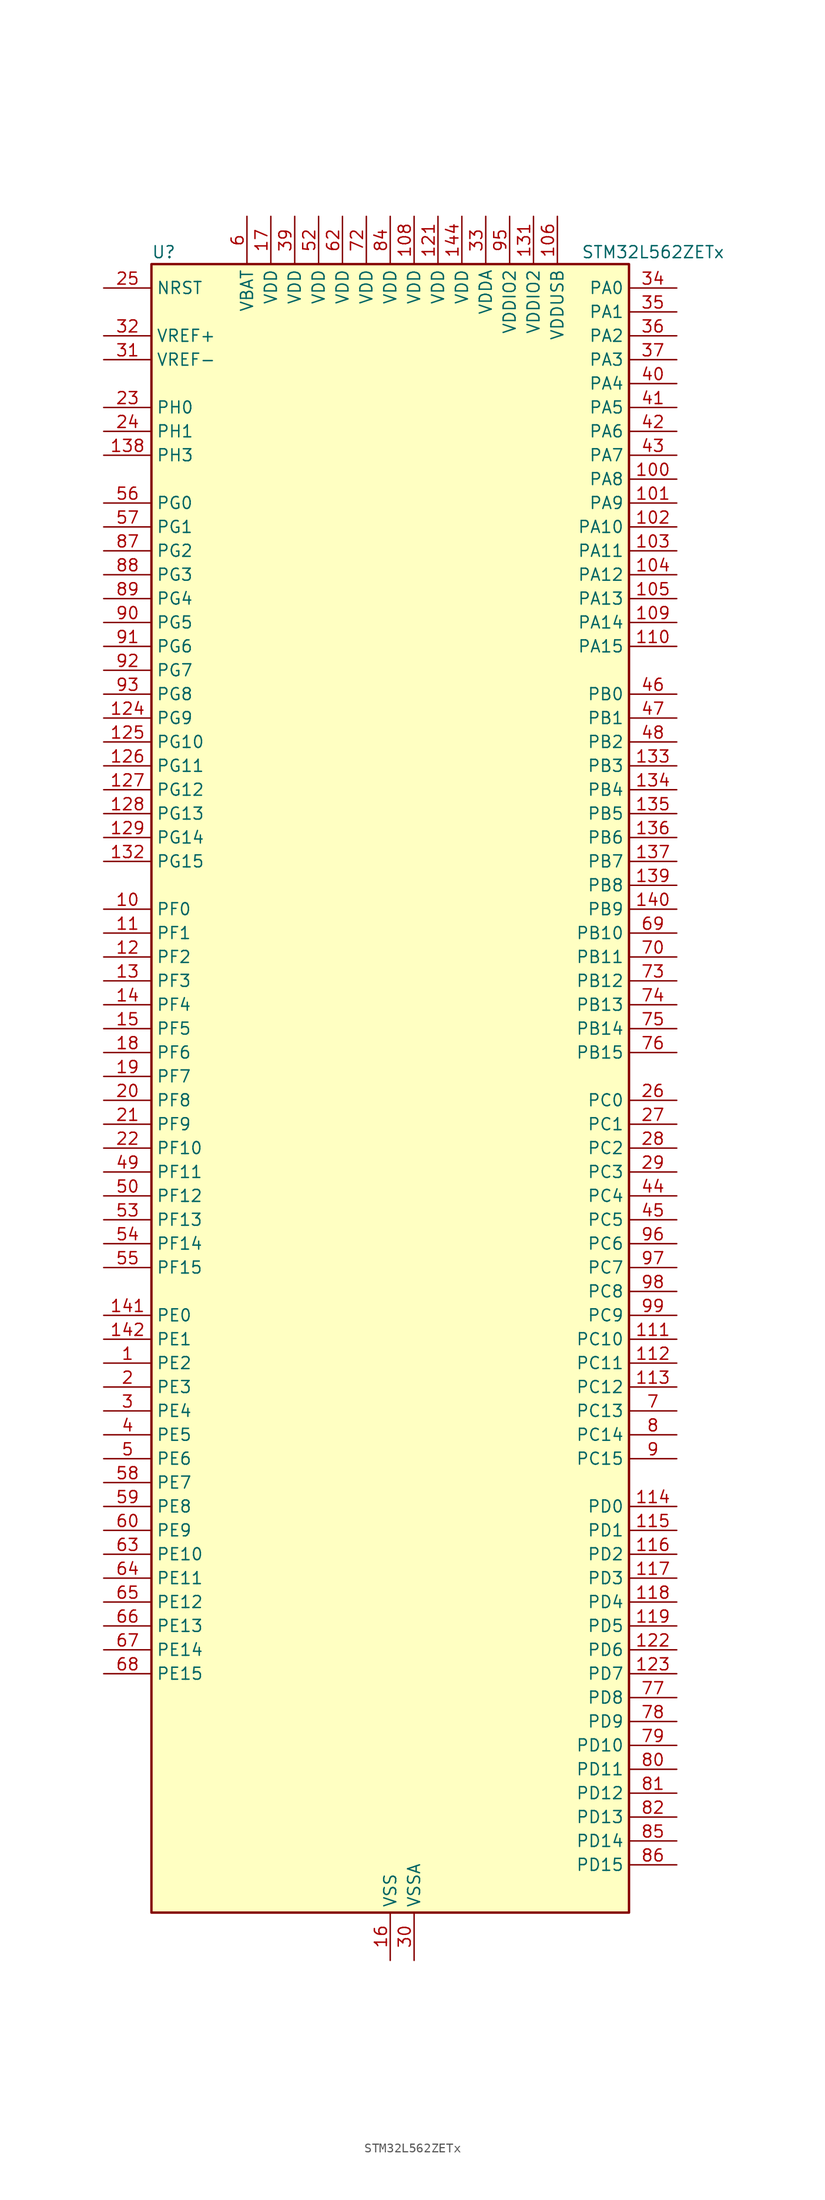
<source format=kicad_sym>
(kicad_symbol_lib
  (version 20231120)
  (generator "kicad_symbol_editor")
  (generator_version "8.0")
  (symbol "STM32L562ZETx"
    (property "Reference" "U"
      (at -25.4 90.17 0)
      (effects (font (size 1.27 1.27)) (justify left)))
    (property "Value" "STM32L562ZETx"
      (at 20.32 90.17 0)
      (effects (font (size 1.27 1.27)) (justify left)))
    (property "ki_locked" ""
      (at 0 0 0)
      (effects (font (size 1.27 1.27))))
    (symbol "STM32L562ZETx_0_1"
      (rectangle (start -25.4 -86.36) (end 25.4 88.9) (stroke (width 0.254) (type default)) (fill (type background))))
    (symbol "STM32L562ZETx_1_1"
      (pin bidirectional line (at -30.48 -27.94 0) (length 5.08) (name "PE2" (effects (font (size 1.27 1.27)))) (number "1" (effects (font (size 1.27 1.27)))) (alternate "DEBUG_TRACECLK" bidirectional line) (alternate "FMC_A23" bidirectional line) (alternate "SAI1_CK1" bidirectional line) (alternate "SAI1_MCLK_A" bidirectional line) (alternate "TIM3_ETR" bidirectional line) (alternate "TSC_G7_IO1" bidirectional line))
      (pin bidirectional line (at -30.48 20.32 0) (length 5.08) (name "PF0" (effects (font (size 1.27 1.27)))) (number "10" (effects (font (size 1.27 1.27)))) (alternate "FMC_A0" bidirectional line) (alternate "I2C2_SDA" bidirectional line))
      (pin bidirectional line (at 30.48 66.04 180) (length 5.08) (name "PA8" (effects (font (size 1.27 1.27)))) (number "100" (effects (font (size 1.27 1.27)))) (alternate "LPTIM2_OUT" bidirectional line) (alternate "RCC_MCO" bidirectional line) (alternate "SAI1_CK2" bidirectional line) (alternate "SAI1_SCK_A" bidirectional line) (alternate "TIM1_CH1" bidirectional line) (alternate "USART1_CK" bidirectional line))
      (pin bidirectional line (at 30.48 63.5 180) (length 5.08) (name "PA9" (effects (font (size 1.27 1.27)))) (number "101" (effects (font (size 1.27 1.27)))) (alternate "DAC1_EXTI9" bidirectional line) (alternate "SAI1_FS_A" bidirectional line) (alternate "SPI2_SCK" bidirectional line) (alternate "TIM15_BKIN" bidirectional line) (alternate "TIM1_CH2" bidirectional line) (alternate "USART1_TX" bidirectional line))
      (pin bidirectional line (at 30.48 60.96 180) (length 5.08) (name "PA10" (effects (font (size 1.27 1.27)))) (number "102" (effects (font (size 1.27 1.27)))) (alternate "CRS_SYNC" bidirectional line) (alternate "SAI1_D1" bidirectional line) (alternate "SAI1_SD_A" bidirectional line) (alternate "TIM17_BKIN" bidirectional line) (alternate "TIM1_CH3" bidirectional line) (alternate "USART1_RX" bidirectional line))
      (pin bidirectional line (at 30.48 58.42 180) (length 5.08) (name "PA11" (effects (font (size 1.27 1.27)))) (number "103" (effects (font (size 1.27 1.27)))) (alternate "ADC1_EXTI11" bidirectional line) (alternate "ADC2_EXTI11" bidirectional line) (alternate "FDCAN1_RX" bidirectional line) (alternate "SPI1_MISO" bidirectional line) (alternate "TIM1_BKIN2" bidirectional line) (alternate "TIM1_CH4" bidirectional line) (alternate "USART1_CTS" bidirectional line) (alternate "USART1_NSS" bidirectional line) (alternate "USB_DM" bidirectional line))
      (pin bidirectional line (at 30.48 55.88 180) (length 5.08) (name "PA12" (effects (font (size 1.27 1.27)))) (number "104" (effects (font (size 1.27 1.27)))) (alternate "FDCAN1_TX" bidirectional line) (alternate "SPI1_MOSI" bidirectional line) (alternate "TIM1_ETR" bidirectional line) (alternate "USART1_DE" bidirectional line) (alternate "USART1_RTS" bidirectional line) (alternate "USB_DP" bidirectional line))
      (pin bidirectional line (at 30.48 53.34 180) (length 5.08) (name "PA13" (effects (font (size 1.27 1.27)))) (number "105" (effects (font (size 1.27 1.27)))) (alternate "DEBUG_JTMS-SWDIO" bidirectional line) (alternate "IR_OUT" bidirectional line) (alternate "SAI1_SD_B" bidirectional line) (alternate "USB_NOE" bidirectional line))
      (pin power_in line (at 17.78 93.98 270) (length 5.08) (name "VDDUSB" (effects (font (size 1.27 1.27)))) (number "106" (effects (font (size 1.27 1.27)))))
      (pin passive line (at 0 -91.44 90) (length 5.08) hide (name "VSS" (effects (font (size 1.27 1.27)))) (number "107" (effects (font (size 1.27 1.27)))))
      (pin power_in line (at 2.54 93.98 270) (length 5.08) (name "VDD" (effects (font (size 1.27 1.27)))) (number "108" (effects (font (size 1.27 1.27)))))
      (pin bidirectional line (at 30.48 50.8 180) (length 5.08) (name "PA14" (effects (font (size 1.27 1.27)))) (number "109" (effects (font (size 1.27 1.27)))) (alternate "DEBUG_JTCK-SWCLK" bidirectional line) (alternate "I2C1_SMBA" bidirectional line) (alternate "I2C4_SMBA" bidirectional line) (alternate "LPTIM1_OUT" bidirectional line) (alternate "SAI1_FS_B" bidirectional line))
      (pin bidirectional line (at -30.48 17.78 0) (length 5.08) (name "PF1" (effects (font (size 1.27 1.27)))) (number "11" (effects (font (size 1.27 1.27)))) (alternate "FMC_A1" bidirectional line) (alternate "I2C2_SCL" bidirectional line))
      (pin bidirectional line (at 30.48 48.26 180) (length 5.08) (name "PA15" (effects (font (size 1.27 1.27)))) (number "110" (effects (font (size 1.27 1.27)))) (alternate "ADC1_EXTI15" bidirectional line) (alternate "ADC2_EXTI15" bidirectional line) (alternate "DEBUG_JTDI" bidirectional line) (alternate "SAI2_FS_B" bidirectional line) (alternate "SPI1_NSS" bidirectional line) (alternate "SPI3_NSS" bidirectional line) (alternate "TIM2_CH1" bidirectional line) (alternate "TIM2_ETR" bidirectional line) (alternate "UART4_DE" bidirectional line) (alternate "UART4_RTS" bidirectional line) (alternate "UCPD1_CC1" bidirectional line) (alternate "USART2_RX" bidirectional line) (alternate "USART3_DE" bidirectional line) (alternate "USART3_RTS" bidirectional line))
      (pin bidirectional line (at 30.48 -25.4 180) (length 5.08) (name "PC10" (effects (font (size 1.27 1.27)))) (number "111" (effects (font (size 1.27 1.27)))) (alternate "DEBUG_TRACED1" bidirectional line) (alternate "LPTIM3_ETR" bidirectional line) (alternate "SAI2_SCK_B" bidirectional line) (alternate "SDMMC1_D2" bidirectional line) (alternate "SPI3_SCK" bidirectional line) (alternate "TSC_G3_IO2" bidirectional line) (alternate "UART4_TX" bidirectional line) (alternate "USART3_TX" bidirectional line))
      (pin bidirectional line (at 30.48 -27.94 180) (length 5.08) (name "PC11" (effects (font (size 1.27 1.27)))) (number "112" (effects (font (size 1.27 1.27)))) (alternate "ADC1_EXTI11" bidirectional line) (alternate "ADC2_EXTI11" bidirectional line) (alternate "LPTIM3_IN1" bidirectional line) (alternate "OCTOSPI1_NCS" bidirectional line) (alternate "SAI2_MCLK_B" bidirectional line) (alternate "SDMMC1_D3" bidirectional line) (alternate "SPI3_MISO" bidirectional line) (alternate "TSC_G3_IO3" bidirectional line) (alternate "UART4_RX" bidirectional line) (alternate "UCPD1_FRSTX2" bidirectional line) (alternate "USART3_RX" bidirectional line))
      (pin bidirectional line (at 30.48 -30.48 180) (length 5.08) (name "PC12" (effects (font (size 1.27 1.27)))) (number "113" (effects (font (size 1.27 1.27)))) (alternate "DEBUG_TRACED3" bidirectional line) (alternate "SAI2_SD_B" bidirectional line) (alternate "SDMMC1_CK" bidirectional line) (alternate "SPI3_MOSI" bidirectional line) (alternate "TSC_G3_IO4" bidirectional line) (alternate "UART5_TX" bidirectional line) (alternate "USART3_CK" bidirectional line))
      (pin bidirectional line (at 30.48 -43.18 180) (length 5.08) (name "PD0" (effects (font (size 1.27 1.27)))) (number "114" (effects (font (size 1.27 1.27)))) (alternate "FDCAN1_RX" bidirectional line) (alternate "FMC_D2" bidirectional line) (alternate "FMC_DA2" bidirectional line) (alternate "SPI2_NSS" bidirectional line))
      (pin bidirectional line (at 30.48 -45.72 180) (length 5.08) (name "PD1" (effects (font (size 1.27 1.27)))) (number "115" (effects (font (size 1.27 1.27)))) (alternate "FDCAN1_TX" bidirectional line) (alternate "FMC_D3" bidirectional line) (alternate "FMC_DA3" bidirectional line) (alternate "SPI2_SCK" bidirectional line))
      (pin bidirectional line (at 30.48 -48.26 180) (length 5.08) (name "PD2" (effects (font (size 1.27 1.27)))) (number "116" (effects (font (size 1.27 1.27)))) (alternate "DEBUG_TRACED2" bidirectional line) (alternate "SDMMC1_CMD" bidirectional line) (alternate "TIM3_ETR" bidirectional line) (alternate "TSC_SYNC" bidirectional line) (alternate "UART5_RX" bidirectional line) (alternate "USART3_DE" bidirectional line) (alternate "USART3_RTS" bidirectional line))
      (pin bidirectional line (at 30.48 -50.8 180) (length 5.08) (name "PD3" (effects (font (size 1.27 1.27)))) (number "117" (effects (font (size 1.27 1.27)))) (alternate "DFSDM1_DATIN0" bidirectional line) (alternate "FMC_CLK" bidirectional line) (alternate "SPI2_MISO" bidirectional line) (alternate "SPI2_SCK" bidirectional line) (alternate "USART2_CTS" bidirectional line) (alternate "USART2_NSS" bidirectional line))
      (pin bidirectional line (at 30.48 -53.34 180) (length 5.08) (name "PD4" (effects (font (size 1.27 1.27)))) (number "118" (effects (font (size 1.27 1.27)))) (alternate "DFSDM1_CKIN0" bidirectional line) (alternate "FMC_NOE" bidirectional line) (alternate "OCTOSPI1_IO4" bidirectional line) (alternate "SPI2_MOSI" bidirectional line) (alternate "USART2_DE" bidirectional line) (alternate "USART2_RTS" bidirectional line))
      (pin bidirectional line (at 30.48 -55.88 180) (length 5.08) (name "PD5" (effects (font (size 1.27 1.27)))) (number "119" (effects (font (size 1.27 1.27)))) (alternate "FMC_NWE" bidirectional line) (alternate "OCTOSPI1_IO5" bidirectional line) (alternate "USART2_TX" bidirectional line))
      (pin bidirectional line (at -30.48 15.24 0) (length 5.08) (name "PF2" (effects (font (size 1.27 1.27)))) (number "12" (effects (font (size 1.27 1.27)))) (alternate "FMC_A2" bidirectional line) (alternate "I2C2_SMBA" bidirectional line))
      (pin passive line (at 0 -91.44 90) (length 5.08) hide (name "VSS" (effects (font (size 1.27 1.27)))) (number "120" (effects (font (size 1.27 1.27)))))
      (pin power_in line (at 5.08 93.98 270) (length 5.08) (name "VDD" (effects (font (size 1.27 1.27)))) (number "121" (effects (font (size 1.27 1.27)))))
      (pin bidirectional line (at 30.48 -58.42 180) (length 5.08) (name "PD6" (effects (font (size 1.27 1.27)))) (number "122" (effects (font (size 1.27 1.27)))) (alternate "DFSDM1_DATIN1" bidirectional line) (alternate "FMC_NWAIT" bidirectional line) (alternate "OCTOSPI1_IO6" bidirectional line) (alternate "SAI1_D1" bidirectional line) (alternate "SAI1_SD_A" bidirectional line) (alternate "SPI3_MOSI" bidirectional line) (alternate "USART2_RX" bidirectional line))
      (pin bidirectional line (at 30.48 -60.96 180) (length 5.08) (name "PD7" (effects (font (size 1.27 1.27)))) (number "123" (effects (font (size 1.27 1.27)))) (alternate "DFSDM1_CKIN1" bidirectional line) (alternate "FMC_NCE" bidirectional line) (alternate "FMC_NE1" bidirectional line) (alternate "OCTOSPI1_IO7" bidirectional line) (alternate "USART2_CK" bidirectional line))
      (pin bidirectional line (at -30.48 40.64 0) (length 5.08) (name "PG9" (effects (font (size 1.27 1.27)))) (number "124" (effects (font (size 1.27 1.27)))) (alternate "DAC1_EXTI9" bidirectional line) (alternate "FMC_NCE" bidirectional line) (alternate "FMC_NE2" bidirectional line) (alternate "SAI2_SCK_A" bidirectional line) (alternate "SPI3_SCK" bidirectional line) (alternate "TIM15_CH1N" bidirectional line) (alternate "USART1_TX" bidirectional line))
      (pin bidirectional line (at -30.48 38.1 0) (length 5.08) (name "PG10" (effects (font (size 1.27 1.27)))) (number "125" (effects (font (size 1.27 1.27)))) (alternate "FMC_NE3" bidirectional line) (alternate "LPTIM1_IN1" bidirectional line) (alternate "SAI2_FS_A" bidirectional line) (alternate "SPI3_MISO" bidirectional line) (alternate "TIM15_CH1" bidirectional line) (alternate "USART1_RX" bidirectional line))
      (pin bidirectional line (at -30.48 35.56 0) (length 5.08) (name "PG11" (effects (font (size 1.27 1.27)))) (number "126" (effects (font (size 1.27 1.27)))) (alternate "ADC1_EXTI11" bidirectional line) (alternate "ADC2_EXTI11" bidirectional line) (alternate "LPTIM1_IN2" bidirectional line) (alternate "OCTOSPI1_IO5" bidirectional line) (alternate "SAI2_MCLK_A" bidirectional line) (alternate "SPI3_MOSI" bidirectional line) (alternate "TIM15_CH2" bidirectional line) (alternate "USART1_CTS" bidirectional line) (alternate "USART1_NSS" bidirectional line))
      (pin bidirectional line (at -30.48 33.02 0) (length 5.08) (name "PG12" (effects (font (size 1.27 1.27)))) (number "127" (effects (font (size 1.27 1.27)))) (alternate "FMC_NE4" bidirectional line) (alternate "LPTIM1_ETR" bidirectional line) (alternate "SAI2_SD_A" bidirectional line) (alternate "SPI3_NSS" bidirectional line) (alternate "USART1_DE" bidirectional line) (alternate "USART1_RTS" bidirectional line))
      (pin bidirectional line (at -30.48 30.48 0) (length 5.08) (name "PG13" (effects (font (size 1.27 1.27)))) (number "128" (effects (font (size 1.27 1.27)))) (alternate "FMC_A24" bidirectional line) (alternate "I2C1_SDA" bidirectional line) (alternate "USART1_CK" bidirectional line))
      (pin bidirectional line (at -30.48 27.94 0) (length 5.08) (name "PG14" (effects (font (size 1.27 1.27)))) (number "129" (effects (font (size 1.27 1.27)))) (alternate "FMC_A25" bidirectional line) (alternate "I2C1_SCL" bidirectional line))
      (pin bidirectional line (at -30.48 12.7 0) (length 5.08) (name "PF3" (effects (font (size 1.27 1.27)))) (number "13" (effects (font (size 1.27 1.27)))) (alternate "FMC_A3" bidirectional line) (alternate "LPTIM3_IN1" bidirectional line))
      (pin passive line (at 0 -91.44 90) (length 5.08) hide (name "VSS" (effects (font (size 1.27 1.27)))) (number "130" (effects (font (size 1.27 1.27)))))
      (pin power_in line (at 15.24 93.98 270) (length 5.08) (name "VDDIO2" (effects (font (size 1.27 1.27)))) (number "131" (effects (font (size 1.27 1.27)))))
      (pin bidirectional line (at -30.48 25.4 0) (length 5.08) (name "PG15" (effects (font (size 1.27 1.27)))) (number "132" (effects (font (size 1.27 1.27)))) (alternate "ADC1_EXTI15" bidirectional line) (alternate "ADC2_EXTI15" bidirectional line) (alternate "I2C1_SMBA" bidirectional line) (alternate "LPTIM1_OUT" bidirectional line))
      (pin bidirectional line (at 30.48 35.56 180) (length 5.08) (name "PB3" (effects (font (size 1.27 1.27)))) (number "133" (effects (font (size 1.27 1.27)))) (alternate "COMP2_INM" bidirectional line) (alternate "CRS_SYNC" bidirectional line) (alternate "DEBUG_JTDO-SWO" bidirectional line) (alternate "SAI1_SCK_B" bidirectional line) (alternate "SPI1_SCK" bidirectional line) (alternate "SPI3_SCK" bidirectional line) (alternate "TIM2_CH2" bidirectional line) (alternate "USART1_DE" bidirectional line) (alternate "USART1_RTS" bidirectional line))
      (pin bidirectional line (at 30.48 33.02 180) (length 5.08) (name "PB4" (effects (font (size 1.27 1.27)))) (number "134" (effects (font (size 1.27 1.27)))) (alternate "COMP2_INP" bidirectional line) (alternate "DEBUG_JTRST" bidirectional line) (alternate "I2C3_SDA" bidirectional line) (alternate "SAI1_MCLK_B" bidirectional line) (alternate "SPI1_MISO" bidirectional line) (alternate "SPI3_MISO" bidirectional line) (alternate "TIM17_BKIN" bidirectional line) (alternate "TIM3_CH1" bidirectional line) (alternate "TSC_G2_IO1" bidirectional line) (alternate "UART5_DE" bidirectional line) (alternate "UART5_RTS" bidirectional line) (alternate "USART1_CTS" bidirectional line) (alternate "USART1_NSS" bidirectional line))
      (pin bidirectional line (at 30.48 30.48 180) (length 5.08) (name "PB5" (effects (font (size 1.27 1.27)))) (number "135" (effects (font (size 1.27 1.27)))) (alternate "COMP2_OUT" bidirectional line) (alternate "I2C1_SMBA" bidirectional line) (alternate "LPTIM1_IN1" bidirectional line) (alternate "OCTOSPI1_NCLK" bidirectional line) (alternate "SAI1_SD_B" bidirectional line) (alternate "SPI1_MOSI" bidirectional line) (alternate "SPI3_MOSI" bidirectional line) (alternate "TIM16_BKIN" bidirectional line) (alternate "TIM3_CH2" bidirectional line) (alternate "TSC_G2_IO2" bidirectional line) (alternate "UART5_CTS" bidirectional line) (alternate "UCPD1_DBCC1" bidirectional line) (alternate "USART1_CK" bidirectional line))
      (pin bidirectional line (at 30.48 27.94 180) (length 5.08) (name "PB6" (effects (font (size 1.27 1.27)))) (number "136" (effects (font (size 1.27 1.27)))) (alternate "COMP2_INP" bidirectional line) (alternate "I2C1_SCL" bidirectional line) (alternate "I2C4_SCL" bidirectional line) (alternate "LPTIM1_ETR" bidirectional line) (alternate "SAI1_FS_B" bidirectional line) (alternate "TIM16_CH1N" bidirectional line) (alternate "TIM4_CH1" bidirectional line) (alternate "TIM8_BKIN2" bidirectional line) (alternate "TSC_G2_IO3" bidirectional line) (alternate "USART1_TX" bidirectional line))
      (pin bidirectional line (at 30.48 25.4 180) (length 5.08) (name "PB7" (effects (font (size 1.27 1.27)))) (number "137" (effects (font (size 1.27 1.27)))) (alternate "COMP2_INM" bidirectional line) (alternate "FMC_NL" bidirectional line) (alternate "I2C1_SDA" bidirectional line) (alternate "I2C4_SDA" bidirectional line) (alternate "LPTIM1_IN2" bidirectional line) (alternate "PWR_PVD_IN" bidirectional line) (alternate "TIM17_CH1N" bidirectional line) (alternate "TIM4_CH2" bidirectional line) (alternate "TIM8_BKIN" bidirectional line) (alternate "TSC_G2_IO4" bidirectional line) (alternate "UART4_CTS" bidirectional line) (alternate "USART1_RX" bidirectional line))
      (pin bidirectional line (at -30.48 68.58 0) (length 5.08) (name "PH3" (effects (font (size 1.27 1.27)))) (number "138" (effects (font (size 1.27 1.27)))))
      (pin bidirectional line (at 30.48 22.86 180) (length 5.08) (name "PB8" (effects (font (size 1.27 1.27)))) (number "139" (effects (font (size 1.27 1.27)))) (alternate "DFSDM1_CKOUT" bidirectional line) (alternate "FDCAN1_RX" bidirectional line) (alternate "I2C1_SCL" bidirectional line) (alternate "SAI1_CK1" bidirectional line) (alternate "SAI1_MCLK_A" bidirectional line) (alternate "SDMMC1_CKIN" bidirectional line) (alternate "SDMMC1_D4" bidirectional line) (alternate "TIM16_CH1" bidirectional line) (alternate "TIM4_CH3" bidirectional line))
      (pin bidirectional line (at -30.48 10.16 0) (length 5.08) (name "PF4" (effects (font (size 1.27 1.27)))) (number "14" (effects (font (size 1.27 1.27)))) (alternate "FMC_A4" bidirectional line) (alternate "LPTIM3_ETR" bidirectional line))
      (pin bidirectional line (at 30.48 20.32 180) (length 5.08) (name "PB9" (effects (font (size 1.27 1.27)))) (number "140" (effects (font (size 1.27 1.27)))) (alternate "DAC1_EXTI9" bidirectional line) (alternate "FDCAN1_TX" bidirectional line) (alternate "I2C1_SDA" bidirectional line) (alternate "IR_OUT" bidirectional line) (alternate "SAI1_D2" bidirectional line) (alternate "SAI1_FS_A" bidirectional line) (alternate "SDMMC1_CDIR" bidirectional line) (alternate "SDMMC1_D5" bidirectional line) (alternate "SPI2_NSS" bidirectional line) (alternate "TIM17_CH1" bidirectional line) (alternate "TIM4_CH4" bidirectional line))
      (pin bidirectional line (at -30.48 -22.86 0) (length 5.08) (name "PE0" (effects (font (size 1.27 1.27)))) (number "141" (effects (font (size 1.27 1.27)))) (alternate "FMC_NBL0" bidirectional line) (alternate "TIM16_CH1" bidirectional line) (alternate "TIM4_ETR" bidirectional line))
      (pin bidirectional line (at -30.48 -25.4 0) (length 5.08) (name "PE1" (effects (font (size 1.27 1.27)))) (number "142" (effects (font (size 1.27 1.27)))) (alternate "FMC_NBL1" bidirectional line) (alternate "TIM17_CH1" bidirectional line))
      (pin passive line (at 0 -91.44 90) (length 5.08) hide (name "VSS" (effects (font (size 1.27 1.27)))) (number "143" (effects (font (size 1.27 1.27)))))
      (pin power_in line (at 7.62 93.98 270) (length 5.08) (name "VDD" (effects (font (size 1.27 1.27)))) (number "144" (effects (font (size 1.27 1.27)))))
      (pin bidirectional line (at -30.48 7.62 0) (length 5.08) (name "PF5" (effects (font (size 1.27 1.27)))) (number "15" (effects (font (size 1.27 1.27)))) (alternate "FMC_A5" bidirectional line) (alternate "LPTIM3_OUT" bidirectional line))
      (pin power_in line (at 0 -91.44 90) (length 5.08) (name "VSS" (effects (font (size 1.27 1.27)))) (number "16" (effects (font (size 1.27 1.27)))))
      (pin power_in line (at -12.7 93.98 270) (length 5.08) (name "VDD" (effects (font (size 1.27 1.27)))) (number "17" (effects (font (size 1.27 1.27)))))
      (pin bidirectional line (at -30.48 5.08 0) (length 5.08) (name "PF6" (effects (font (size 1.27 1.27)))) (number "18" (effects (font (size 1.27 1.27)))) (alternate "OCTOSPI1_IO3" bidirectional line) (alternate "SAI1_SD_B" bidirectional line) (alternate "TIM5_CH1" bidirectional line) (alternate "TIM5_ETR" bidirectional line))
      (pin bidirectional line (at -30.48 2.54 0) (length 5.08) (name "PF7" (effects (font (size 1.27 1.27)))) (number "19" (effects (font (size 1.27 1.27)))) (alternate "OCTOSPI1_IO2" bidirectional line) (alternate "SAI1_MCLK_B" bidirectional line) (alternate "TAMP_IN6" bidirectional line) (alternate "TAMP_OUT3" bidirectional line) (alternate "TIM5_CH2" bidirectional line))
      (pin bidirectional line (at -30.48 -30.48 0) (length 5.08) (name "PE3" (effects (font (size 1.27 1.27)))) (number "2" (effects (font (size 1.27 1.27)))) (alternate "DEBUG_TRACED0" bidirectional line) (alternate "FMC_A19" bidirectional line) (alternate "OCTOSPI1_DQS" bidirectional line) (alternate "SAI1_SD_B" bidirectional line) (alternate "TIM3_CH1" bidirectional line) (alternate "TSC_G7_IO2" bidirectional line))
      (pin bidirectional line (at -30.48 0 0) (length 5.08) (name "PF8" (effects (font (size 1.27 1.27)))) (number "20" (effects (font (size 1.27 1.27)))) (alternate "OCTOSPI1_IO0" bidirectional line) (alternate "SAI1_SCK_B" bidirectional line) (alternate "TAMP_IN7" bidirectional line) (alternate "TAMP_OUT8" bidirectional line) (alternate "TIM5_CH3" bidirectional line))
      (pin bidirectional line (at -30.48 -2.54 0) (length 5.08) (name "PF9" (effects (font (size 1.27 1.27)))) (number "21" (effects (font (size 1.27 1.27)))) (alternate "DAC1_EXTI9" bidirectional line) (alternate "OCTOSPI1_IO1" bidirectional line) (alternate "SAI1_FS_B" bidirectional line) (alternate "TAMP_IN8" bidirectional line) (alternate "TAMP_OUT7" bidirectional line) (alternate "TIM15_CH1" bidirectional line) (alternate "TIM5_CH4" bidirectional line))
      (pin bidirectional line (at -30.48 -5.08 0) (length 5.08) (name "PF10" (effects (font (size 1.27 1.27)))) (number "22" (effects (font (size 1.27 1.27)))) (alternate "DFSDM1_CKOUT" bidirectional line) (alternate "OCTOSPI1_CLK" bidirectional line) (alternate "SAI1_D3" bidirectional line) (alternate "TIM15_CH2" bidirectional line))
      (pin bidirectional line (at -30.48 73.66 0) (length 5.08) (name "PH0" (effects (font (size 1.27 1.27)))) (number "23" (effects (font (size 1.27 1.27)))) (alternate "RCC_OSC_IN" bidirectional line))
      (pin bidirectional line (at -30.48 71.12 0) (length 5.08) (name "PH1" (effects (font (size 1.27 1.27)))) (number "24" (effects (font (size 1.27 1.27)))) (alternate "RCC_OSC_OUT" bidirectional line))
      (pin input line (at -30.48 86.36 0) (length 5.08) (name "NRST" (effects (font (size 1.27 1.27)))) (number "25" (effects (font (size 1.27 1.27)))))
      (pin bidirectional line (at 30.48 0 180) (length 5.08) (name "PC0" (effects (font (size 1.27 1.27)))) (number "26" (effects (font (size 1.27 1.27)))) (alternate "ADC1_IN1" bidirectional line) (alternate "ADC2_IN1" bidirectional line) (alternate "I2C3_SCL" bidirectional line) (alternate "LPTIM1_IN1" bidirectional line) (alternate "LPTIM2_IN1" bidirectional line) (alternate "LPUART1_RX" bidirectional line) (alternate "OCTOSPI1_IO7" bidirectional line) (alternate "SAI2_FS_A" bidirectional line) (alternate "SDMMC1_D5" bidirectional line))
      (pin bidirectional line (at 30.48 -2.54 180) (length 5.08) (name "PC1" (effects (font (size 1.27 1.27)))) (number "27" (effects (font (size 1.27 1.27)))) (alternate "ADC1_IN2" bidirectional line) (alternate "ADC2_IN2" bidirectional line) (alternate "DEBUG_TRACED0" bidirectional line) (alternate "I2C3_SDA" bidirectional line) (alternate "LPTIM1_OUT" bidirectional line) (alternate "LPUART1_TX" bidirectional line) (alternate "OCTOSPI1_IO4" bidirectional line) (alternate "SAI1_SD_A" bidirectional line) (alternate "SPI2_MOSI" bidirectional line))
      (pin bidirectional line (at 30.48 -5.08 180) (length 5.08) (name "PC2" (effects (font (size 1.27 1.27)))) (number "28" (effects (font (size 1.27 1.27)))) (alternate "ADC1_IN3" bidirectional line) (alternate "ADC2_IN3" bidirectional line) (alternate "DFSDM1_CKOUT" bidirectional line) (alternate "LPTIM1_IN2" bidirectional line) (alternate "OCTOSPI1_IO5" bidirectional line) (alternate "SPI2_MISO" bidirectional line))
      (pin bidirectional line (at 30.48 -7.62 180) (length 5.08) (name "PC3" (effects (font (size 1.27 1.27)))) (number "29" (effects (font (size 1.27 1.27)))) (alternate "ADC1_IN4" bidirectional line) (alternate "ADC2_IN4" bidirectional line) (alternate "LPTIM1_ETR" bidirectional line) (alternate "LPTIM2_ETR" bidirectional line) (alternate "LPTIM3_OUT" bidirectional line) (alternate "OCTOSPI1_IO6" bidirectional line) (alternate "SAI1_D1" bidirectional line) (alternate "SAI1_SD_A" bidirectional line) (alternate "SPI2_MOSI" bidirectional line))
      (pin bidirectional line (at -30.48 -33.02 0) (length 5.08) (name "PE4" (effects (font (size 1.27 1.27)))) (number "3" (effects (font (size 1.27 1.27)))) (alternate "DEBUG_TRACED1" bidirectional line) (alternate "DFSDM1_DATIN3" bidirectional line) (alternate "FMC_A20" bidirectional line) (alternate "SAI1_D2" bidirectional line) (alternate "SAI1_FS_A" bidirectional line) (alternate "TIM3_CH2" bidirectional line) (alternate "TSC_G7_IO3" bidirectional line))
      (pin power_in line (at 2.54 -91.44 90) (length 5.08) (name "VSSA" (effects (font (size 1.27 1.27)))) (number "30" (effects (font (size 1.27 1.27)))))
      (pin input line (at -30.48 78.74 0) (length 5.08) (name "VREF-" (effects (font (size 1.27 1.27)))) (number "31" (effects (font (size 1.27 1.27)))))
      (pin input line (at -30.48 81.28 0) (length 5.08) (name "VREF+" (effects (font (size 1.27 1.27)))) (number "32" (effects (font (size 1.27 1.27)))) (alternate "VREFBUF_OUT" bidirectional line))
      (pin power_in line (at 10.16 93.98 270) (length 5.08) (name "VDDA" (effects (font (size 1.27 1.27)))) (number "33" (effects (font (size 1.27 1.27)))))
      (pin bidirectional line (at 30.48 86.36 180) (length 5.08) (name "PA0" (effects (font (size 1.27 1.27)))) (number "34" (effects (font (size 1.27 1.27)))) (alternate "ADC1_IN5" bidirectional line) (alternate "ADC2_IN5" bidirectional line) (alternate "OPAMP1_VINP" bidirectional line) (alternate "PWR_WKUP1" bidirectional line) (alternate "SAI1_EXTCLK" bidirectional line) (alternate "TAMP_IN2" bidirectional line) (alternate "TAMP_OUT1" bidirectional line) (alternate "TIM2_CH1" bidirectional line) (alternate "TIM2_ETR" bidirectional line) (alternate "TIM5_CH1" bidirectional line) (alternate "TIM8_ETR" bidirectional line) (alternate "UART4_TX" bidirectional line) (alternate "USART2_CTS" bidirectional line) (alternate "USART2_NSS" bidirectional line))
      (pin bidirectional line (at 30.48 83.82 180) (length 5.08) (name "PA1" (effects (font (size 1.27 1.27)))) (number "35" (effects (font (size 1.27 1.27)))) (alternate "ADC1_IN6" bidirectional line) (alternate "ADC2_IN6" bidirectional line) (alternate "I2C1_SMBA" bidirectional line) (alternate "OCTOSPI1_DQS" bidirectional line) (alternate "OPAMP1_VINM" bidirectional line) (alternate "SPI1_SCK" bidirectional line) (alternate "TAMP_IN5" bidirectional line) (alternate "TAMP_OUT4" bidirectional line) (alternate "TIM15_CH1N" bidirectional line) (alternate "TIM2_CH2" bidirectional line) (alternate "TIM5_CH2" bidirectional line) (alternate "UART4_RX" bidirectional line) (alternate "USART2_DE" bidirectional line) (alternate "USART2_RTS" bidirectional line))
      (pin bidirectional line (at 30.48 81.28 180) (length 5.08) (name "PA2" (effects (font (size 1.27 1.27)))) (number "36" (effects (font (size 1.27 1.27)))) (alternate "ADC1_IN7" bidirectional line) (alternate "ADC2_IN7" bidirectional line) (alternate "COMP1_INP" bidirectional line) (alternate "LPUART1_TX" bidirectional line) (alternate "OCTOSPI1_NCS" bidirectional line) (alternate "PWR_WKUP4" bidirectional line) (alternate "RCC_LSCO" bidirectional line) (alternate "SAI2_EXTCLK" bidirectional line) (alternate "TIM15_CH1" bidirectional line) (alternate "TIM2_CH3" bidirectional line) (alternate "TIM5_CH3" bidirectional line) (alternate "UCPD1_FRSTX1" bidirectional line) (alternate "USART2_TX" bidirectional line))
      (pin bidirectional line (at 30.48 78.74 180) (length 5.08) (name "PA3" (effects (font (size 1.27 1.27)))) (number "37" (effects (font (size 1.27 1.27)))) (alternate "ADC1_IN8" bidirectional line) (alternate "ADC2_IN8" bidirectional line) (alternate "LPUART1_RX" bidirectional line) (alternate "OCTOSPI1_CLK" bidirectional line) (alternate "OPAMP1_VOUT" bidirectional line) (alternate "SAI1_CK1" bidirectional line) (alternate "SAI1_MCLK_A" bidirectional line) (alternate "TIM15_CH2" bidirectional line) (alternate "TIM2_CH4" bidirectional line) (alternate "TIM5_CH4" bidirectional line) (alternate "USART2_RX" bidirectional line))
      (pin passive line (at 0 -91.44 90) (length 5.08) hide (name "VSS" (effects (font (size 1.27 1.27)))) (number "38" (effects (font (size 1.27 1.27)))))
      (pin power_in line (at -10.16 93.98 270) (length 5.08) (name "VDD" (effects (font (size 1.27 1.27)))) (number "39" (effects (font (size 1.27 1.27)))))
      (pin bidirectional line (at -30.48 -35.56 0) (length 5.08) (name "PE5" (effects (font (size 1.27 1.27)))) (number "4" (effects (font (size 1.27 1.27)))) (alternate "DEBUG_TRACED2" bidirectional line) (alternate "DFSDM1_CKIN3" bidirectional line) (alternate "FMC_A21" bidirectional line) (alternate "SAI1_CK2" bidirectional line) (alternate "SAI1_SCK_A" bidirectional line) (alternate "TIM3_CH3" bidirectional line) (alternate "TSC_G7_IO4" bidirectional line))
      (pin bidirectional line (at 30.48 76.2 180) (length 5.08) (name "PA4" (effects (font (size 1.27 1.27)))) (number "40" (effects (font (size 1.27 1.27)))) (alternate "ADC1_IN9" bidirectional line) (alternate "ADC2_IN9" bidirectional line) (alternate "DAC1_OUT1" bidirectional line) (alternate "LPTIM2_OUT" bidirectional line) (alternate "OCTOSPI1_NCS" bidirectional line) (alternate "SAI1_FS_B" bidirectional line) (alternate "SPI1_NSS" bidirectional line) (alternate "SPI3_NSS" bidirectional line) (alternate "USART2_CK" bidirectional line))
      (pin bidirectional line (at 30.48 73.66 180) (length 5.08) (name "PA5" (effects (font (size 1.27 1.27)))) (number "41" (effects (font (size 1.27 1.27)))) (alternate "ADC1_IN10" bidirectional line) (alternate "ADC2_IN10" bidirectional line) (alternate "DAC1_OUT2" bidirectional line) (alternate "LPTIM2_ETR" bidirectional line) (alternate "SPI1_SCK" bidirectional line) (alternate "TIM2_CH1" bidirectional line) (alternate "TIM2_ETR" bidirectional line) (alternate "TIM8_CH1N" bidirectional line))
      (pin bidirectional line (at 30.48 71.12 180) (length 5.08) (name "PA6" (effects (font (size 1.27 1.27)))) (number "42" (effects (font (size 1.27 1.27)))) (alternate "ADC1_IN11" bidirectional line) (alternate "ADC2_IN11" bidirectional line) (alternate "LPUART1_CTS" bidirectional line) (alternate "OCTOSPI1_IO3" bidirectional line) (alternate "OPAMP2_VINP" bidirectional line) (alternate "SPI1_MISO" bidirectional line) (alternate "TIM16_CH1" bidirectional line) (alternate "TIM1_BKIN" bidirectional line) (alternate "TIM3_CH1" bidirectional line) (alternate "TIM8_BKIN" bidirectional line) (alternate "USART3_CTS" bidirectional line) (alternate "USART3_NSS" bidirectional line))
      (pin bidirectional line (at 30.48 68.58 180) (length 5.08) (name "PA7" (effects (font (size 1.27 1.27)))) (number "43" (effects (font (size 1.27 1.27)))) (alternate "ADC1_IN12" bidirectional line) (alternate "ADC2_IN12" bidirectional line) (alternate "I2C3_SCL" bidirectional line) (alternate "OCTOSPI1_IO2" bidirectional line) (alternate "OPAMP2_VINM" bidirectional line) (alternate "SPI1_MOSI" bidirectional line) (alternate "TIM17_CH1" bidirectional line) (alternate "TIM1_CH1N" bidirectional line) (alternate "TIM3_CH2" bidirectional line) (alternate "TIM8_CH1N" bidirectional line))
      (pin bidirectional line (at 30.48 -10.16 180) (length 5.08) (name "PC4" (effects (font (size 1.27 1.27)))) (number "44" (effects (font (size 1.27 1.27)))) (alternate "ADC1_IN13" bidirectional line) (alternate "ADC2_IN13" bidirectional line) (alternate "COMP1_INM" bidirectional line) (alternate "OCTOSPI1_IO7" bidirectional line) (alternate "USART3_TX" bidirectional line))
      (pin bidirectional line (at 30.48 -12.7 180) (length 5.08) (name "PC5" (effects (font (size 1.27 1.27)))) (number "45" (effects (font (size 1.27 1.27)))) (alternate "ADC1_IN14" bidirectional line) (alternate "ADC2_IN14" bidirectional line) (alternate "COMP1_INP" bidirectional line) (alternate "PWR_WKUP5" bidirectional line) (alternate "SAI1_D3" bidirectional line) (alternate "TAMP_IN4" bidirectional line) (alternate "TAMP_OUT5" bidirectional line) (alternate "USART3_RX" bidirectional line))
      (pin bidirectional line (at 30.48 43.18 180) (length 5.08) (name "PB0" (effects (font (size 1.27 1.27)))) (number "46" (effects (font (size 1.27 1.27)))) (alternate "ADC1_IN15" bidirectional line) (alternate "ADC2_IN15" bidirectional line) (alternate "COMP1_OUT" bidirectional line) (alternate "OCTOSPI1_IO1" bidirectional line) (alternate "OPAMP2_VOUT" bidirectional line) (alternate "SAI1_EXTCLK" bidirectional line) (alternate "SPI1_NSS" bidirectional line) (alternate "TIM1_CH2N" bidirectional line) (alternate "TIM3_CH3" bidirectional line) (alternate "TIM8_CH2N" bidirectional line) (alternate "USART3_CK" bidirectional line))
      (pin bidirectional line (at 30.48 40.64 180) (length 5.08) (name "PB1" (effects (font (size 1.27 1.27)))) (number "47" (effects (font (size 1.27 1.27)))) (alternate "ADC1_IN16" bidirectional line) (alternate "ADC2_IN16" bidirectional line) (alternate "COMP1_INM" bidirectional line) (alternate "DFSDM1_DATIN0" bidirectional line) (alternate "LPTIM2_IN1" bidirectional line) (alternate "LPUART1_DE" bidirectional line) (alternate "LPUART1_RTS" bidirectional line) (alternate "OCTOSPI1_IO0" bidirectional line) (alternate "TIM1_CH3N" bidirectional line) (alternate "TIM3_CH4" bidirectional line) (alternate "TIM8_CH3N" bidirectional line) (alternate "USART3_DE" bidirectional line) (alternate "USART3_RTS" bidirectional line))
      (pin bidirectional line (at 30.48 38.1 180) (length 5.08) (name "PB2" (effects (font (size 1.27 1.27)))) (number "48" (effects (font (size 1.27 1.27)))) (alternate "COMP1_INP" bidirectional line) (alternate "DFSDM1_CKIN0" bidirectional line) (alternate "I2C3_SMBA" bidirectional line) (alternate "LPTIM1_OUT" bidirectional line) (alternate "OCTOSPI1_DQS" bidirectional line) (alternate "RTC_OUT2" bidirectional line) (alternate "UCPD1_FRSTX1" bidirectional line))
      (pin bidirectional line (at -30.48 -7.62 0) (length 5.08) (name "PF11" (effects (font (size 1.27 1.27)))) (number "49" (effects (font (size 1.27 1.27)))) (alternate "ADC1_EXTI11" bidirectional line) (alternate "ADC2_EXTI11" bidirectional line) (alternate "OCTOSPI1_NCLK" bidirectional line))
      (pin bidirectional line (at -30.48 -38.1 0) (length 5.08) (name "PE6" (effects (font (size 1.27 1.27)))) (number "5" (effects (font (size 1.27 1.27)))) (alternate "DEBUG_TRACED3" bidirectional line) (alternate "FMC_A22" bidirectional line) (alternate "PWR_WKUP3" bidirectional line) (alternate "SAI1_D1" bidirectional line) (alternate "SAI1_SD_A" bidirectional line) (alternate "TAMP_IN3" bidirectional line) (alternate "TAMP_OUT6" bidirectional line) (alternate "TIM3_CH4" bidirectional line))
      (pin bidirectional line (at -30.48 -10.16 0) (length 5.08) (name "PF12" (effects (font (size 1.27 1.27)))) (number "50" (effects (font (size 1.27 1.27)))) (alternate "FMC_A6" bidirectional line))
      (pin passive line (at 0 -91.44 90) (length 5.08) hide (name "VSS" (effects (font (size 1.27 1.27)))) (number "51" (effects (font (size 1.27 1.27)))))
      (pin power_in line (at -7.62 93.98 270) (length 5.08) (name "VDD" (effects (font (size 1.27 1.27)))) (number "52" (effects (font (size 1.27 1.27)))))
      (pin bidirectional line (at -30.48 -12.7 0) (length 5.08) (name "PF13" (effects (font (size 1.27 1.27)))) (number "53" (effects (font (size 1.27 1.27)))) (alternate "FMC_A7" bidirectional line) (alternate "I2C4_SMBA" bidirectional line))
      (pin bidirectional line (at -30.48 -15.24 0) (length 5.08) (name "PF14" (effects (font (size 1.27 1.27)))) (number "54" (effects (font (size 1.27 1.27)))) (alternate "FMC_A8" bidirectional line) (alternate "I2C4_SCL" bidirectional line) (alternate "TSC_G8_IO1" bidirectional line))
      (pin bidirectional line (at -30.48 -17.78 0) (length 5.08) (name "PF15" (effects (font (size 1.27 1.27)))) (number "55" (effects (font (size 1.27 1.27)))) (alternate "ADC1_EXTI15" bidirectional line) (alternate "ADC2_EXTI15" bidirectional line) (alternate "FMC_A9" bidirectional line) (alternate "I2C4_SDA" bidirectional line) (alternate "TSC_G8_IO2" bidirectional line))
      (pin bidirectional line (at -30.48 63.5 0) (length 5.08) (name "PG0" (effects (font (size 1.27 1.27)))) (number "56" (effects (font (size 1.27 1.27)))) (alternate "FMC_A10" bidirectional line) (alternate "TSC_G8_IO3" bidirectional line))
      (pin bidirectional line (at -30.48 60.96 0) (length 5.08) (name "PG1" (effects (font (size 1.27 1.27)))) (number "57" (effects (font (size 1.27 1.27)))) (alternate "FMC_A11" bidirectional line) (alternate "TSC_G8_IO4" bidirectional line))
      (pin bidirectional line (at -30.48 -40.64 0) (length 5.08) (name "PE7" (effects (font (size 1.27 1.27)))) (number "58" (effects (font (size 1.27 1.27)))) (alternate "DFSDM1_DATIN2" bidirectional line) (alternate "FMC_D4" bidirectional line) (alternate "FMC_DA4" bidirectional line) (alternate "SAI1_SD_B" bidirectional line) (alternate "TIM1_ETR" bidirectional line))
      (pin bidirectional line (at -30.48 -43.18 0) (length 5.08) (name "PE8" (effects (font (size 1.27 1.27)))) (number "59" (effects (font (size 1.27 1.27)))) (alternate "DFSDM1_CKIN2" bidirectional line) (alternate "FMC_D5" bidirectional line) (alternate "FMC_DA5" bidirectional line) (alternate "SAI1_SCK_B" bidirectional line) (alternate "TIM1_CH1N" bidirectional line))
      (pin power_in line (at -15.24 93.98 270) (length 5.08) (name "VBAT" (effects (font (size 1.27 1.27)))) (number "6" (effects (font (size 1.27 1.27)))))
      (pin bidirectional line (at -30.48 -45.72 0) (length 5.08) (name "PE9" (effects (font (size 1.27 1.27)))) (number "60" (effects (font (size 1.27 1.27)))) (alternate "DAC1_EXTI9" bidirectional line) (alternate "DFSDM1_CKOUT" bidirectional line) (alternate "FMC_D6" bidirectional line) (alternate "FMC_DA6" bidirectional line) (alternate "OCTOSPI1_NCLK" bidirectional line) (alternate "SAI1_FS_B" bidirectional line) (alternate "TIM1_CH1" bidirectional line))
      (pin passive line (at 0 -91.44 90) (length 5.08) hide (name "VSS" (effects (font (size 1.27 1.27)))) (number "61" (effects (font (size 1.27 1.27)))))
      (pin power_in line (at -5.08 93.98 270) (length 5.08) (name "VDD" (effects (font (size 1.27 1.27)))) (number "62" (effects (font (size 1.27 1.27)))))
      (pin bidirectional line (at -30.48 -48.26 0) (length 5.08) (name "PE10" (effects (font (size 1.27 1.27)))) (number "63" (effects (font (size 1.27 1.27)))) (alternate "FMC_D7" bidirectional line) (alternate "FMC_DA7" bidirectional line) (alternate "OCTOSPI1_CLK" bidirectional line) (alternate "SAI1_MCLK_B" bidirectional line) (alternate "TIM1_CH2N" bidirectional line) (alternate "TSC_G5_IO1" bidirectional line))
      (pin bidirectional line (at -30.48 -50.8 0) (length 5.08) (name "PE11" (effects (font (size 1.27 1.27)))) (number "64" (effects (font (size 1.27 1.27)))) (alternate "ADC1_EXTI11" bidirectional line) (alternate "ADC2_EXTI11" bidirectional line) (alternate "FMC_D8" bidirectional line) (alternate "FMC_DA8" bidirectional line) (alternate "OCTOSPI1_NCS" bidirectional line) (alternate "TIM1_CH2" bidirectional line) (alternate "TSC_G5_IO2" bidirectional line))
      (pin bidirectional line (at -30.48 -53.34 0) (length 5.08) (name "PE12" (effects (font (size 1.27 1.27)))) (number "65" (effects (font (size 1.27 1.27)))) (alternate "FMC_D9" bidirectional line) (alternate "FMC_DA9" bidirectional line) (alternate "OCTOSPI1_IO0" bidirectional line) (alternate "SPI1_NSS" bidirectional line) (alternate "TIM1_CH3N" bidirectional line) (alternate "TSC_G5_IO3" bidirectional line))
      (pin bidirectional line (at -30.48 -55.88 0) (length 5.08) (name "PE13" (effects (font (size 1.27 1.27)))) (number "66" (effects (font (size 1.27 1.27)))) (alternate "FMC_D10" bidirectional line) (alternate "FMC_DA10" bidirectional line) (alternate "OCTOSPI1_IO1" bidirectional line) (alternate "SPI1_SCK" bidirectional line) (alternate "TIM1_CH3" bidirectional line) (alternate "TSC_G5_IO4" bidirectional line))
      (pin bidirectional line (at -30.48 -58.42 0) (length 5.08) (name "PE14" (effects (font (size 1.27 1.27)))) (number "67" (effects (font (size 1.27 1.27)))) (alternate "FMC_D11" bidirectional line) (alternate "FMC_DA11" bidirectional line) (alternate "OCTOSPI1_IO2" bidirectional line) (alternate "SPI1_MISO" bidirectional line) (alternate "TIM1_BKIN2" bidirectional line) (alternate "TIM1_CH4" bidirectional line))
      (pin bidirectional line (at -30.48 -60.96 0) (length 5.08) (name "PE15" (effects (font (size 1.27 1.27)))) (number "68" (effects (font (size 1.27 1.27)))) (alternate "ADC1_EXTI15" bidirectional line) (alternate "ADC2_EXTI15" bidirectional line) (alternate "FMC_D12" bidirectional line) (alternate "FMC_DA12" bidirectional line) (alternate "OCTOSPI1_IO3" bidirectional line) (alternate "SPI1_MOSI" bidirectional line) (alternate "TIM1_BKIN" bidirectional line))
      (pin bidirectional line (at 30.48 17.78 180) (length 5.08) (name "PB10" (effects (font (size 1.27 1.27)))) (number "69" (effects (font (size 1.27 1.27)))) (alternate "COMP1_OUT" bidirectional line) (alternate "I2C2_SCL" bidirectional line) (alternate "I2C4_SCL" bidirectional line) (alternate "LPTIM3_OUT" bidirectional line) (alternate "LPUART1_RX" bidirectional line) (alternate "OCTOSPI1_CLK" bidirectional line) (alternate "SAI1_SCK_A" bidirectional line) (alternate "SPI2_SCK" bidirectional line) (alternate "TIM2_CH3" bidirectional line) (alternate "TSC_SYNC" bidirectional line) (alternate "USART3_TX" bidirectional line))
      (pin bidirectional line (at 30.48 -33.02 180) (length 5.08) (name "PC13" (effects (font (size 1.27 1.27)))) (number "7" (effects (font (size 1.27 1.27)))) (alternate "PWR_WKUP2" bidirectional line) (alternate "RTC_OUT1" bidirectional line) (alternate "RTC_TS" bidirectional line) (alternate "TAMP_IN1" bidirectional line) (alternate "TAMP_OUT2" bidirectional line))
      (pin bidirectional line (at 30.48 15.24 180) (length 5.08) (name "PB11" (effects (font (size 1.27 1.27)))) (number "70" (effects (font (size 1.27 1.27)))) (alternate "ADC1_EXTI11" bidirectional line) (alternate "ADC2_EXTI11" bidirectional line) (alternate "COMP2_OUT" bidirectional line) (alternate "I2C2_SDA" bidirectional line) (alternate "I2C4_SDA" bidirectional line) (alternate "LPUART1_TX" bidirectional line) (alternate "OCTOSPI1_NCS" bidirectional line) (alternate "TIM2_CH4" bidirectional line) (alternate "USART3_RX" bidirectional line))
      (pin passive line (at 0 -91.44 90) (length 5.08) hide (name "VSS" (effects (font (size 1.27 1.27)))) (number "71" (effects (font (size 1.27 1.27)))))
      (pin power_in line (at -2.54 93.98 270) (length 5.08) (name "VDD" (effects (font (size 1.27 1.27)))) (number "72" (effects (font (size 1.27 1.27)))))
      (pin bidirectional line (at 30.48 12.7 180) (length 5.08) (name "PB12" (effects (font (size 1.27 1.27)))) (number "73" (effects (font (size 1.27 1.27)))) (alternate "DFSDM1_DATIN1" bidirectional line) (alternate "I2C2_SMBA" bidirectional line) (alternate "LPUART1_DE" bidirectional line) (alternate "LPUART1_RTS" bidirectional line) (alternate "OCTOSPI1_NCLK" bidirectional line) (alternate "SAI2_FS_A" bidirectional line) (alternate "SPI2_NSS" bidirectional line) (alternate "TIM15_BKIN" bidirectional line) (alternate "TIM1_BKIN" bidirectional line) (alternate "TSC_G1_IO1" bidirectional line) (alternate "USART3_CK" bidirectional line))
      (pin bidirectional line (at 30.48 10.16 180) (length 5.08) (name "PB13" (effects (font (size 1.27 1.27)))) (number "74" (effects (font (size 1.27 1.27)))) (alternate "DFSDM1_CKIN1" bidirectional line) (alternate "I2C2_SCL" bidirectional line) (alternate "LPTIM3_IN1" bidirectional line) (alternate "LPUART1_CTS" bidirectional line) (alternate "SAI2_SCK_A" bidirectional line) (alternate "SPI2_SCK" bidirectional line) (alternate "TIM15_CH1N" bidirectional line) (alternate "TIM1_CH1N" bidirectional line) (alternate "TSC_G1_IO2" bidirectional line) (alternate "UCPD1_FRSTX2" bidirectional line) (alternate "USART3_CTS" bidirectional line) (alternate "USART3_NSS" bidirectional line))
      (pin bidirectional line (at 30.48 7.62 180) (length 5.08) (name "PB14" (effects (font (size 1.27 1.27)))) (number "75" (effects (font (size 1.27 1.27)))) (alternate "DFSDM1_DATIN2" bidirectional line) (alternate "I2C2_SDA" bidirectional line) (alternate "LPTIM3_ETR" bidirectional line) (alternate "SAI2_MCLK_A" bidirectional line) (alternate "SPI2_MISO" bidirectional line) (alternate "TIM15_CH1" bidirectional line) (alternate "TIM1_CH2N" bidirectional line) (alternate "TIM8_CH2N" bidirectional line) (alternate "TSC_G1_IO3" bidirectional line) (alternate "UCPD1_DBCC2" bidirectional line) (alternate "USART3_DE" bidirectional line) (alternate "USART3_RTS" bidirectional line))
      (pin bidirectional line (at 30.48 5.08 180) (length 5.08) (name "PB15" (effects (font (size 1.27 1.27)))) (number "76" (effects (font (size 1.27 1.27)))) (alternate "ADC1_EXTI15" bidirectional line) (alternate "ADC2_EXTI15" bidirectional line) (alternate "DFSDM1_CKIN2" bidirectional line) (alternate "RTC_REFIN" bidirectional line) (alternate "SAI2_SD_A" bidirectional line) (alternate "SPI2_MOSI" bidirectional line) (alternate "TIM15_CH2" bidirectional line) (alternate "TIM1_CH3N" bidirectional line) (alternate "TIM8_CH3N" bidirectional line) (alternate "UCPD1_CC2" bidirectional line))
      (pin bidirectional line (at 30.48 -63.5 180) (length 5.08) (name "PD8" (effects (font (size 1.27 1.27)))) (number "77" (effects (font (size 1.27 1.27)))) (alternate "FMC_D13" bidirectional line) (alternate "FMC_DA13" bidirectional line) (alternate "USART3_TX" bidirectional line))
      (pin bidirectional line (at 30.48 -66.04 180) (length 5.08) (name "PD9" (effects (font (size 1.27 1.27)))) (number "78" (effects (font (size 1.27 1.27)))) (alternate "DAC1_EXTI9" bidirectional line) (alternate "FMC_D14" bidirectional line) (alternate "FMC_DA14" bidirectional line) (alternate "SAI2_MCLK_A" bidirectional line) (alternate "USART3_RX" bidirectional line))
      (pin bidirectional line (at 30.48 -68.58 180) (length 5.08) (name "PD10" (effects (font (size 1.27 1.27)))) (number "79" (effects (font (size 1.27 1.27)))) (alternate "FMC_D15" bidirectional line) (alternate "FMC_DA15" bidirectional line) (alternate "SAI2_SCK_A" bidirectional line) (alternate "TSC_G6_IO1" bidirectional line) (alternate "USART3_CK" bidirectional line))
      (pin bidirectional line (at 30.48 -35.56 180) (length 5.08) (name "PC14" (effects (font (size 1.27 1.27)))) (number "8" (effects (font (size 1.27 1.27)))) (alternate "RCC_OSC32_IN" bidirectional line))
      (pin bidirectional line (at 30.48 -71.12 180) (length 5.08) (name "PD11" (effects (font (size 1.27 1.27)))) (number "80" (effects (font (size 1.27 1.27)))) (alternate "ADC1_EXTI11" bidirectional line) (alternate "ADC2_EXTI11" bidirectional line) (alternate "FMC_A16" bidirectional line) (alternate "FMC_CLE" bidirectional line) (alternate "I2C4_SMBA" bidirectional line) (alternate "LPTIM2_ETR" bidirectional line) (alternate "SAI2_SD_A" bidirectional line) (alternate "TSC_G6_IO2" bidirectional line) (alternate "USART3_CTS" bidirectional line) (alternate "USART3_NSS" bidirectional line))
      (pin bidirectional line (at 30.48 -73.66 180) (length 5.08) (name "PD12" (effects (font (size 1.27 1.27)))) (number "81" (effects (font (size 1.27 1.27)))) (alternate "FMC_A17" bidirectional line) (alternate "FMC_ALE" bidirectional line) (alternate "I2C4_SCL" bidirectional line) (alternate "LPTIM2_IN1" bidirectional line) (alternate "SAI2_FS_A" bidirectional line) (alternate "TIM4_CH1" bidirectional line) (alternate "TSC_G6_IO3" bidirectional line) (alternate "USART3_DE" bidirectional line) (alternate "USART3_RTS" bidirectional line))
      (pin bidirectional line (at 30.48 -76.2 180) (length 5.08) (name "PD13" (effects (font (size 1.27 1.27)))) (number "82" (effects (font (size 1.27 1.27)))) (alternate "FMC_A18" bidirectional line) (alternate "I2C4_SDA" bidirectional line) (alternate "LPTIM2_OUT" bidirectional line) (alternate "TIM4_CH2" bidirectional line) (alternate "TSC_G6_IO4" bidirectional line))
      (pin passive line (at 0 -91.44 90) (length 5.08) hide (name "VSS" (effects (font (size 1.27 1.27)))) (number "83" (effects (font (size 1.27 1.27)))))
      (pin power_in line (at 0 93.98 270) (length 5.08) (name "VDD" (effects (font (size 1.27 1.27)))) (number "84" (effects (font (size 1.27 1.27)))))
      (pin bidirectional line (at 30.48 -78.74 180) (length 5.08) (name "PD14" (effects (font (size 1.27 1.27)))) (number "85" (effects (font (size 1.27 1.27)))) (alternate "FMC_D0" bidirectional line) (alternate "FMC_DA0" bidirectional line) (alternate "TIM4_CH3" bidirectional line))
      (pin bidirectional line (at 30.48 -81.28 180) (length 5.08) (name "PD15" (effects (font (size 1.27 1.27)))) (number "86" (effects (font (size 1.27 1.27)))) (alternate "ADC1_EXTI15" bidirectional line) (alternate "ADC2_EXTI15" bidirectional line) (alternate "FMC_D1" bidirectional line) (alternate "FMC_DA1" bidirectional line) (alternate "TIM4_CH4" bidirectional line))
      (pin bidirectional line (at -30.48 58.42 0) (length 5.08) (name "PG2" (effects (font (size 1.27 1.27)))) (number "87" (effects (font (size 1.27 1.27)))) (alternate "FMC_A12" bidirectional line) (alternate "SAI2_SCK_B" bidirectional line) (alternate "SPI1_SCK" bidirectional line))
      (pin bidirectional line (at -30.48 55.88 0) (length 5.08) (name "PG3" (effects (font (size 1.27 1.27)))) (number "88" (effects (font (size 1.27 1.27)))) (alternate "FMC_A13" bidirectional line) (alternate "SAI2_FS_B" bidirectional line) (alternate "SPI1_MISO" bidirectional line))
      (pin bidirectional line (at -30.48 53.34 0) (length 5.08) (name "PG4" (effects (font (size 1.27 1.27)))) (number "89" (effects (font (size 1.27 1.27)))) (alternate "FMC_A14" bidirectional line) (alternate "SAI2_MCLK_B" bidirectional line) (alternate "SPI1_MOSI" bidirectional line))
      (pin bidirectional line (at 30.48 -38.1 180) (length 5.08) (name "PC15" (effects (font (size 1.27 1.27)))) (number "9" (effects (font (size 1.27 1.27)))) (alternate "ADC1_EXTI15" bidirectional line) (alternate "ADC2_EXTI15" bidirectional line) (alternate "RCC_OSC32_OUT" bidirectional line))
      (pin bidirectional line (at -30.48 50.8 0) (length 5.08) (name "PG5" (effects (font (size 1.27 1.27)))) (number "90" (effects (font (size 1.27 1.27)))) (alternate "FMC_A15" bidirectional line) (alternate "LPUART1_CTS" bidirectional line) (alternate "SAI2_SD_B" bidirectional line) (alternate "SPI1_NSS" bidirectional line))
      (pin bidirectional line (at -30.48 48.26 0) (length 5.08) (name "PG6" (effects (font (size 1.27 1.27)))) (number "91" (effects (font (size 1.27 1.27)))) (alternate "I2C3_SMBA" bidirectional line) (alternate "LPUART1_DE" bidirectional line) (alternate "LPUART1_RTS" bidirectional line) (alternate "OCTOSPI1_DQS" bidirectional line) (alternate "UCPD1_FRSTX1" bidirectional line))
      (pin bidirectional line (at -30.48 45.72 0) (length 5.08) (name "PG7" (effects (font (size 1.27 1.27)))) (number "92" (effects (font (size 1.27 1.27)))) (alternate "DFSDM1_CKOUT" bidirectional line) (alternate "FMC_INT" bidirectional line) (alternate "I2C3_SCL" bidirectional line) (alternate "LPUART1_TX" bidirectional line) (alternate "SAI1_CK1" bidirectional line) (alternate "SAI1_MCLK_A" bidirectional line) (alternate "UCPD1_FRSTX2" bidirectional line))
      (pin bidirectional line (at -30.48 43.18 0) (length 5.08) (name "PG8" (effects (font (size 1.27 1.27)))) (number "93" (effects (font (size 1.27 1.27)))) (alternate "I2C3_SDA" bidirectional line) (alternate "LPUART1_RX" bidirectional line))
      (pin passive line (at 0 -91.44 90) (length 5.08) hide (name "VSS" (effects (font (size 1.27 1.27)))) (number "94" (effects (font (size 1.27 1.27)))))
      (pin power_in line (at 12.7 93.98 270) (length 5.08) (name "VDDIO2" (effects (font (size 1.27 1.27)))) (number "95" (effects (font (size 1.27 1.27)))))
      (pin bidirectional line (at 30.48 -15.24 180) (length 5.08) (name "PC6" (effects (font (size 1.27 1.27)))) (number "96" (effects (font (size 1.27 1.27)))) (alternate "DFSDM1_CKIN3" bidirectional line) (alternate "SAI2_MCLK_A" bidirectional line) (alternate "SDMMC1_D0DIR" bidirectional line) (alternate "SDMMC1_D6" bidirectional line) (alternate "TIM3_CH1" bidirectional line) (alternate "TIM8_CH1" bidirectional line) (alternate "TSC_G4_IO1" bidirectional line))
      (pin bidirectional line (at 30.48 -17.78 180) (length 5.08) (name "PC7" (effects (font (size 1.27 1.27)))) (number "97" (effects (font (size 1.27 1.27)))) (alternate "DFSDM1_DATIN3" bidirectional line) (alternate "SAI2_MCLK_B" bidirectional line) (alternate "SDMMC1_D123DIR" bidirectional line) (alternate "SDMMC1_D7" bidirectional line) (alternate "TIM3_CH2" bidirectional line) (alternate "TIM8_CH2" bidirectional line) (alternate "TSC_G4_IO2" bidirectional line))
      (pin bidirectional line (at 30.48 -20.32 180) (length 5.08) (name "PC8" (effects (font (size 1.27 1.27)))) (number "98" (effects (font (size 1.27 1.27)))) (alternate "SDMMC1_D0" bidirectional line) (alternate "TIM3_CH3" bidirectional line) (alternate "TIM8_CH3" bidirectional line) (alternate "TSC_G4_IO3" bidirectional line))
      (pin bidirectional line (at 30.48 -22.86 180) (length 5.08) (name "PC9" (effects (font (size 1.27 1.27)))) (number "99" (effects (font (size 1.27 1.27)))) (alternate "DAC1_EXTI9" bidirectional line) (alternate "DEBUG_TRACED0" bidirectional line) (alternate "SAI2_EXTCLK" bidirectional line) (alternate "SDMMC1_D1" bidirectional line) (alternate "TIM3_CH4" bidirectional line) (alternate "TIM8_BKIN2" bidirectional line) (alternate "TIM8_CH4" bidirectional line) (alternate "TSC_G4_IO4" bidirectional line) (alternate "USB_NOE" bidirectional line)))))
</source>
